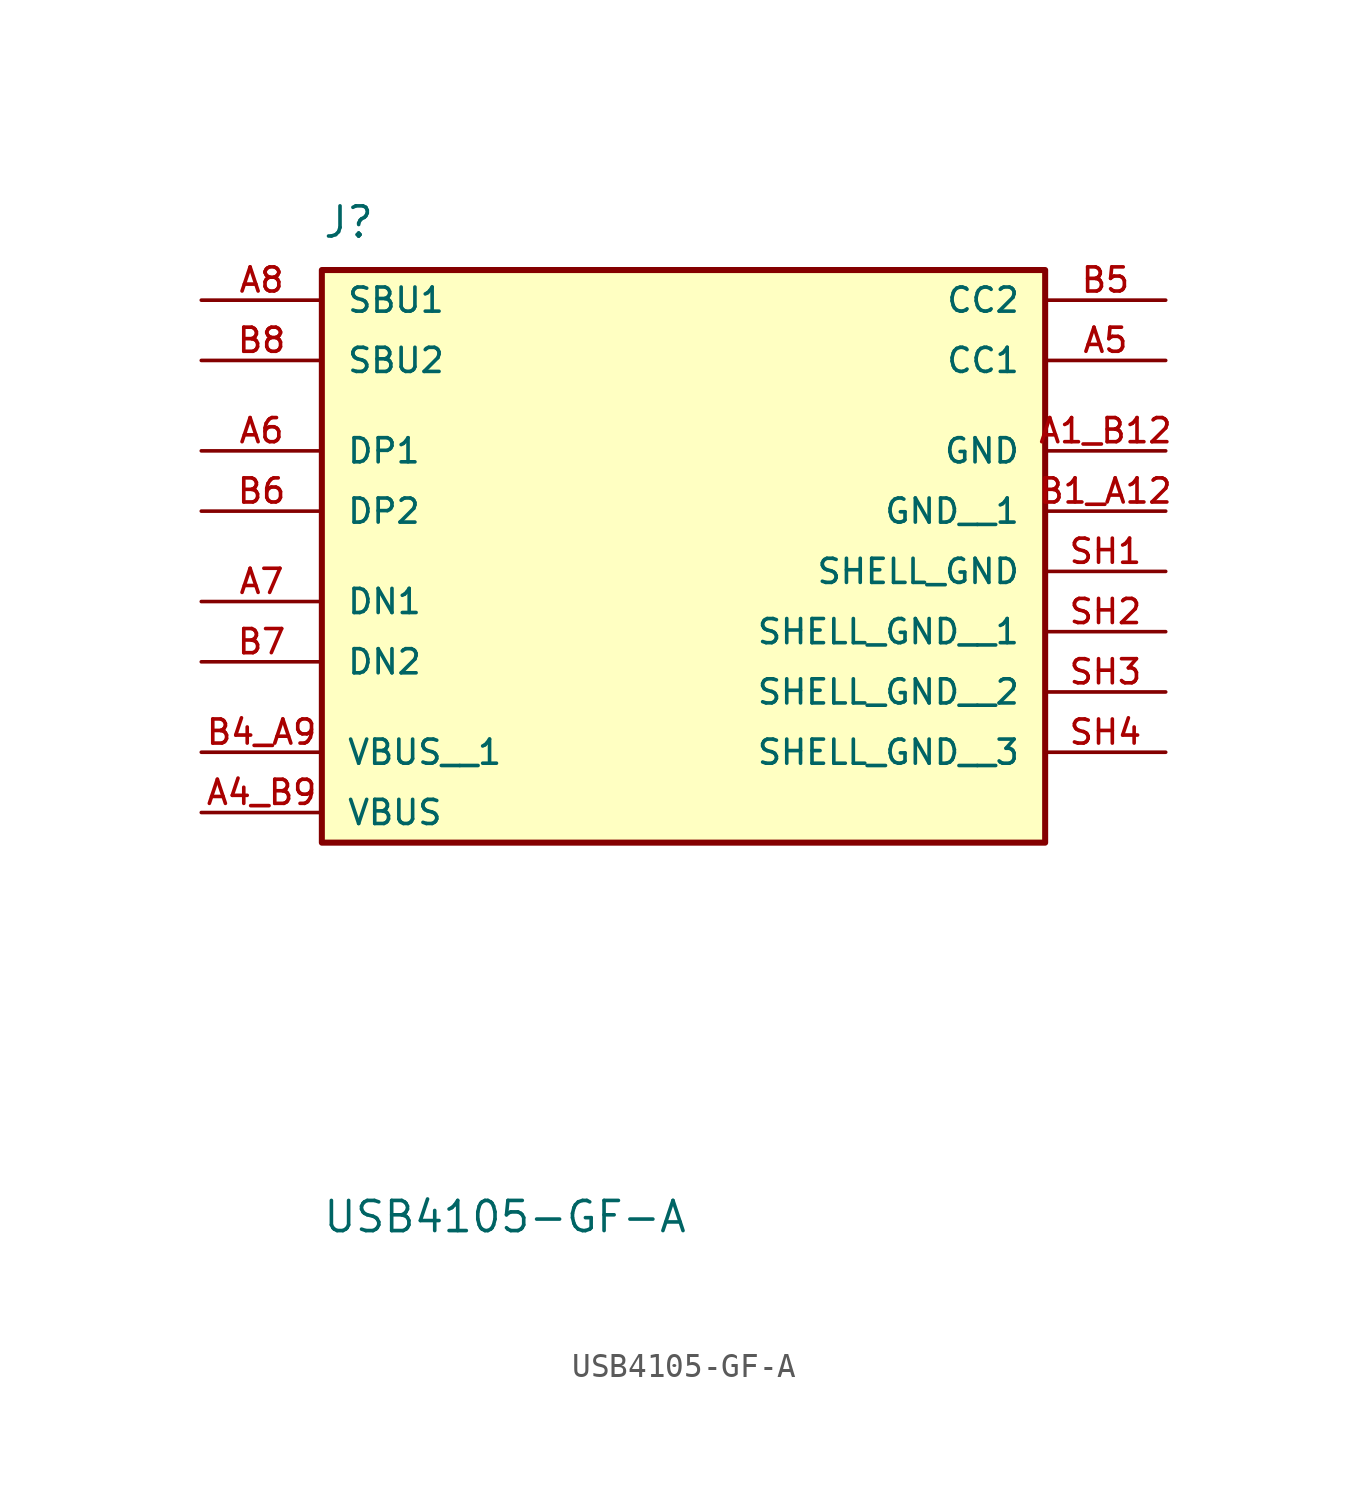
<source format=kicad_sym>
(kicad_symbol_lib
  (version 20241209)
  (generator "kicad_symbol_editor")
  (generator_version "9.0")
  (symbol "USB4105-GF-A"
    (pin_names
      (offset 1.016))
    (property "Reference" "J"
      (at -15.24 13.97 0)
      (effects (font (size 1.27 1.27)) (justify left bottom)))
    (property "Value" "USB4105-GF-A"
      (at -15.24 -27.94 0)
      (effects (font (size 1.27 1.27)) (justify left bottom)))
    (symbol "USB4105-GF-A_0_0"
      (rectangle (start -15.24 12.7) (end 15.24 -11.43) (stroke (width 0.254) (type default)) (fill (type background)))
      (pin bidirectional line (at -20.32 11.43 0) (length 5.08) (name "SBU1" (effects (font (size 1.016 1.016)))) (number "A8" (effects (font (size 1.016 1.016)))))
      (pin bidirectional line (at -20.32 8.89 0) (length 5.08) (name "SBU2" (effects (font (size 1.016 1.016)))) (number "B8" (effects (font (size 1.016 1.016)))))
      (pin bidirectional line (at -20.32 5.08 0) (length 5.08) (name "DP1" (effects (font (size 1.016 1.016)))) (number "A6" (effects (font (size 1.016 1.016)))))
      (pin bidirectional line (at -20.32 2.54 0) (length 5.08) (name "DP2" (effects (font (size 1.016 1.016)))) (number "B6" (effects (font (size 1.016 1.016)))))
      (pin bidirectional line (at -20.32 -1.27 0) (length 5.08) (name "DN1" (effects (font (size 1.016 1.016)))) (number "A7" (effects (font (size 1.016 1.016)))))
      (pin bidirectional line (at -20.32 -3.81 0) (length 5.08) (name "DN2" (effects (font (size 1.016 1.016)))) (number "B7" (effects (font (size 1.016 1.016)))))
      (pin power_in line (at -20.32 -7.62 0) (length 5.08) (name "VBUS__1" (effects (font (size 1.016 1.016)))) (number "B4_A9" (effects (font (size 1.016 1.016)))))
      (pin power_in line (at -20.32 -10.16 0) (length 5.08) (name "VBUS" (effects (font (size 1.016 1.016)))) (number "A4_B9" (effects (font (size 1.016 1.016)))))
      (pin bidirectional line (at 20.32 11.43 180) (length 5.08) (name "CC2" (effects (font (size 1.016 1.016)))) (number "B5" (effects (font (size 1.016 1.016)))))
      (pin bidirectional line (at 20.32 8.89 180) (length 5.08) (name "CC1" (effects (font (size 1.016 1.016)))) (number "A5" (effects (font (size 1.016 1.016)))))
      (pin power_in line (at 20.32 5.08 180) (length 5.08) (name "GND" (effects (font (size 1.016 1.016)))) (number "A1_B12" (effects (font (size 1.016 1.016)))))
      (pin power_in line (at 20.32 2.54 180) (length 5.08) (name "GND__1" (effects (font (size 1.016 1.016)))) (number "B1_A12" (effects (font (size 1.016 1.016)))))
      (pin power_in line (at 20.32 0 180) (length 5.08) (name "SHELL_GND" (effects (font (size 1.016 1.016)))) (number "SH1" (effects (font (size 1.016 1.016)))))
      (pin power_in line (at 20.32 -2.54 180) (length 5.08) (name "SHELL_GND__1" (effects (font (size 1.016 1.016)))) (number "SH2" (effects (font (size 1.016 1.016)))))
      (pin power_in line (at 20.32 -5.08 180) (length 5.08) (name "SHELL_GND__2" (effects (font (size 1.016 1.016)))) (number "SH3" (effects (font (size 1.016 1.016)))))
      (pin power_in line (at 20.32 -7.62 180) (length 5.08) (name "SHELL_GND__3" (effects (font (size 1.016 1.016)))) (number "SH4" (effects (font (size 1.016 1.016))))))))
</source>
